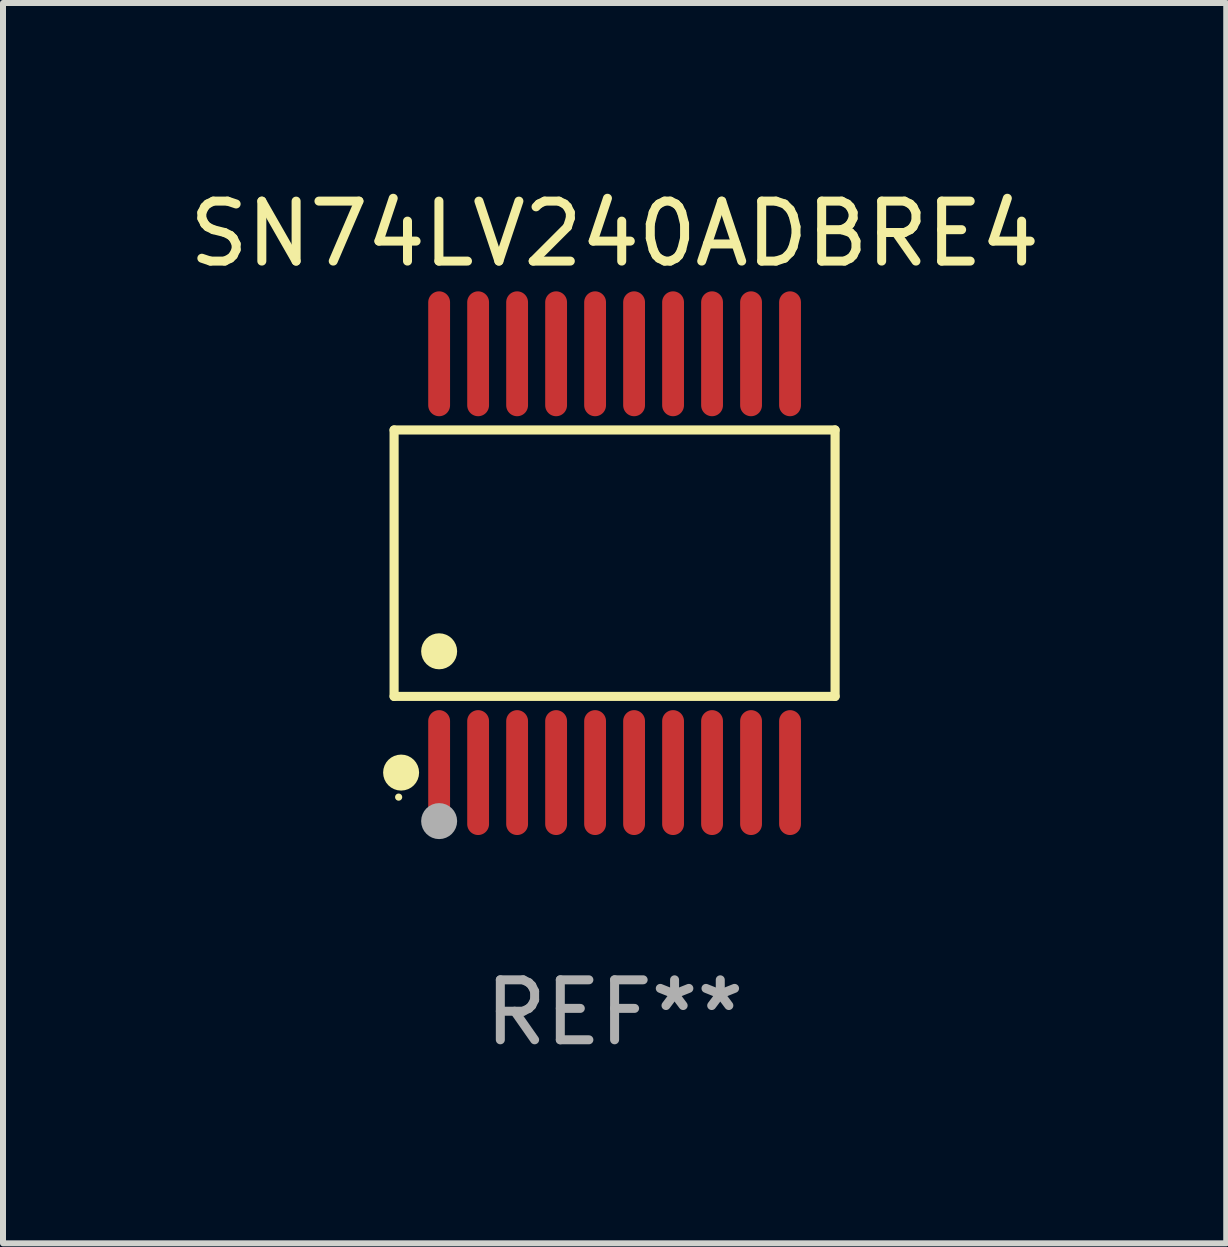
<source format=kicad_pcb>
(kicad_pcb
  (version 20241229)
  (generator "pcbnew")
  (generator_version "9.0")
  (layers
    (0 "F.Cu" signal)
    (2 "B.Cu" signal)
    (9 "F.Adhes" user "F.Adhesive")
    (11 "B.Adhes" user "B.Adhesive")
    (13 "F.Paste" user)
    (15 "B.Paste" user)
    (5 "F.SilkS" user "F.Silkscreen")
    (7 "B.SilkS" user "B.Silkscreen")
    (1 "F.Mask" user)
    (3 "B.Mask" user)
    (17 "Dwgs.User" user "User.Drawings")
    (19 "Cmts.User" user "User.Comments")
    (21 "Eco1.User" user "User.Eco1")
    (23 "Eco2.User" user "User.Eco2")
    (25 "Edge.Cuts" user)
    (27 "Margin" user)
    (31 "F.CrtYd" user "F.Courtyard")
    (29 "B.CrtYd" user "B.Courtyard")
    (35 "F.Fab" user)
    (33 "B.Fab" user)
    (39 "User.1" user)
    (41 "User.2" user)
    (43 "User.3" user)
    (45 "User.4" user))
  (footprint "SN74LV240ADBRE4"
    (layer "F.Cu")
    (at 7.196 6.339)
    (property "Reference" "SN74LV240ADBRE4" (at 0 -5.491 0) (layer "F.SilkS") (effects (font (size 1 1) (thickness 0.15))))
    (attr through_hole)
    (fp_line (start -3.676 -2.221) (end 3.676 -2.221) (stroke (width 0.152) (type solid)) (layer "F.SilkS"))
    (fp_line (start -3.676 2.221) (end -3.676 -2.221) (stroke (width 0.152) (type solid)) (layer "F.SilkS"))
    (fp_line (start 3.676 -2.221) (end 3.676 2.221) (stroke (width 0.152) (type solid)) (layer "F.SilkS"))
    (fp_line (start 3.676 2.221) (end -3.676 2.221) (stroke (width 0.152) (type solid)) (layer "F.SilkS"))
    (fp_circle (center -3.6 3.9) (end -3.57 3.9) (stroke (width 0.06) (type solid)) (fill no) (layer "F.SilkS"))
    (fp_circle (center -3.559 3.491) (end -3.409 3.491) (stroke (width 0.3) (type solid)) (fill no) (layer "F.SilkS"))
    (fp_circle (center -2.925 1.469) (end -2.775 1.469) (stroke (width 0.3) (type solid)) (fill no) (layer "F.SilkS"))
    (fp_circle (center -2.925 4.3) (end -2.775 4.3) (stroke (width 0.3) (type solid)) (fill no) (layer "F.Fab"))
    (fp_text user "REF**" (at 0 7.491 0) (layer "F.Fab") (effects (font (size 1 1) (thickness 0.15))))
    (pad "1" smd oval (at -2.925 3.491) (size 0.364 2.082) (layers "F.Cu" "F.Mask" "F.Paste"))
    (pad "2" smd oval (at -2.275 3.491) (size 0.364 2.082) (layers "F.Cu" "F.Mask" "F.Paste"))
    (pad "3" smd oval (at -1.625 3.491) (size 0.364 2.082) (layers "F.Cu" "F.Mask" "F.Paste"))
    (pad "4" smd oval (at -0.975 3.491) (size 0.364 2.082) (layers "F.Cu" "F.Mask" "F.Paste"))
    (pad "5" smd oval (at -0.325 3.491) (size 0.364 2.082) (layers "F.Cu" "F.Mask" "F.Paste"))
    (pad "6" smd oval (at 0.325 3.491) (size 0.364 2.082) (layers "F.Cu" "F.Mask" "F.Paste"))
    (pad "7" smd oval (at 0.975 3.491) (size 0.364 2.082) (layers "F.Cu" "F.Mask" "F.Paste"))
    (pad "8" smd oval (at 1.625 3.491) (size 0.364 2.082) (layers "F.Cu" "F.Mask" "F.Paste"))
    (pad "9" smd oval (at 2.275 3.491) (size 0.364 2.082) (layers "F.Cu" "F.Mask" "F.Paste"))
    (pad "10" smd oval (at 2.925 3.491) (size 0.364 2.082) (layers "F.Cu" "F.Mask" "F.Paste"))
    (pad "11" smd oval (at 2.925 -3.491) (size 0.364 2.082) (layers "F.Cu" "F.Mask" "F.Paste"))
    (pad "12" smd oval (at 2.275 -3.491) (size 0.364 2.082) (layers "F.Cu" "F.Mask" "F.Paste"))
    (pad "13" smd oval (at 1.625 -3.491) (size 0.364 2.082) (layers "F.Cu" "F.Mask" "F.Paste"))
    (pad "14" smd oval (at 0.975 -3.491) (size 0.364 2.082) (layers "F.Cu" "F.Mask" "F.Paste"))
    (pad "15" smd oval (at 0.325 -3.491) (size 0.364 2.082) (layers "F.Cu" "F.Mask" "F.Paste"))
    (pad "16" smd oval (at -0.325 -3.491) (size 0.364 2.082) (layers "F.Cu" "F.Mask" "F.Paste"))
    (pad "17" smd oval (at -0.975 -3.491) (size 0.364 2.082) (layers "F.Cu" "F.Mask" "F.Paste"))
    (pad "18" smd oval (at -1.625 -3.491) (size 0.364 2.082) (layers "F.Cu" "F.Mask" "F.Paste"))
    (pad "19" smd oval (at -2.275 -3.491) (size 0.364 2.082) (layers "F.Cu" "F.Mask" "F.Paste"))
    (pad "20" smd oval (at -2.925 -3.491) (size 0.364 2.082) (layers "F.Cu" "F.Mask" "F.Paste")))
  (gr_rect
    (start -3 -3)
    (end 17.393 17.678)
    (stroke (width 0.1) (type default))
    (fill no)
    (layer "Edge.Cuts")))
</source>
